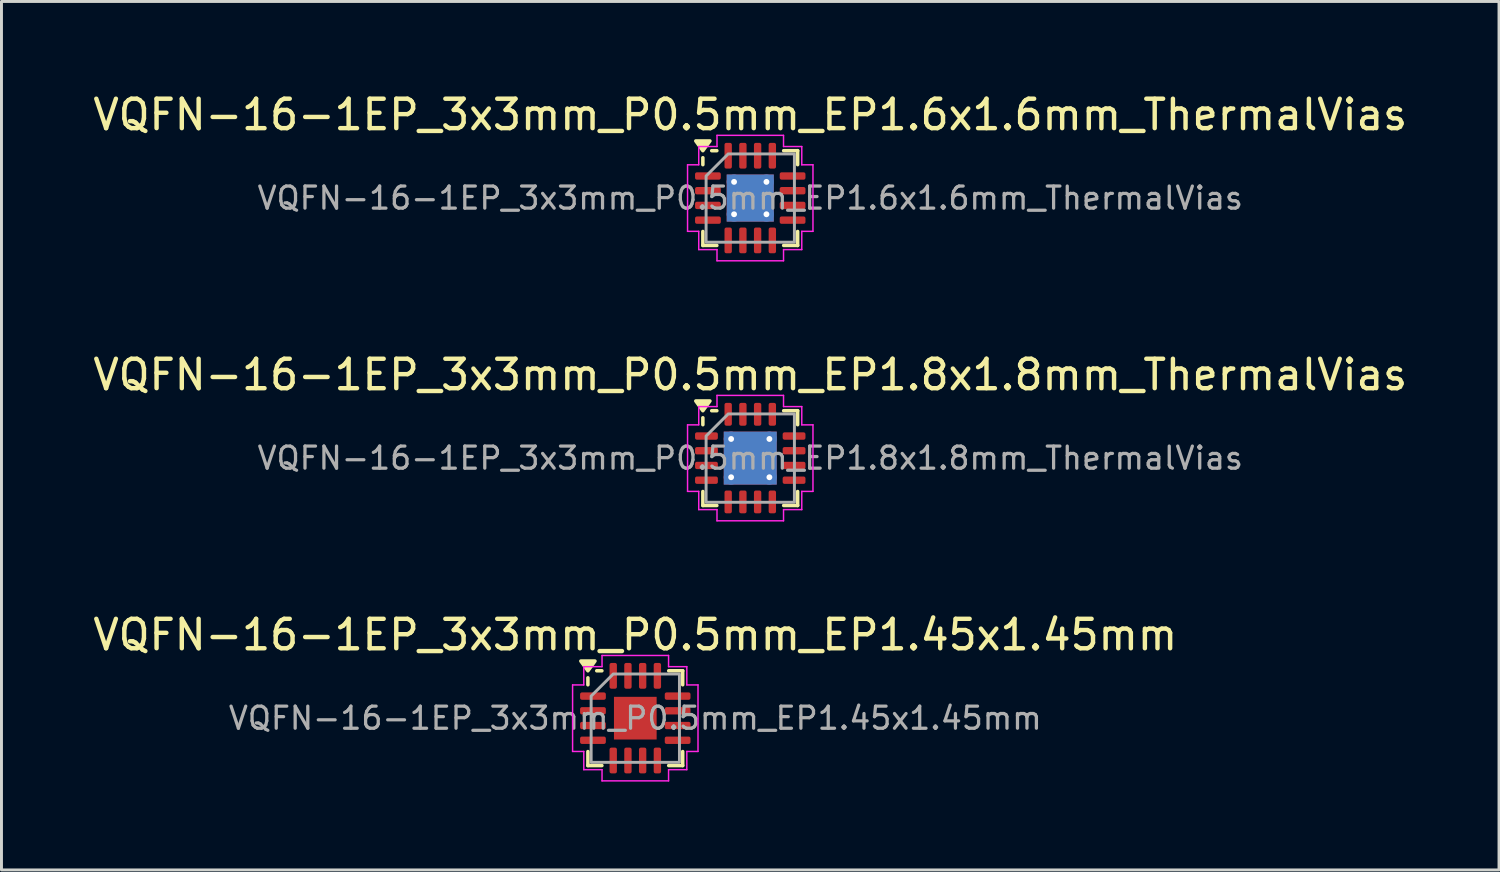
<source format=kicad_pcb>
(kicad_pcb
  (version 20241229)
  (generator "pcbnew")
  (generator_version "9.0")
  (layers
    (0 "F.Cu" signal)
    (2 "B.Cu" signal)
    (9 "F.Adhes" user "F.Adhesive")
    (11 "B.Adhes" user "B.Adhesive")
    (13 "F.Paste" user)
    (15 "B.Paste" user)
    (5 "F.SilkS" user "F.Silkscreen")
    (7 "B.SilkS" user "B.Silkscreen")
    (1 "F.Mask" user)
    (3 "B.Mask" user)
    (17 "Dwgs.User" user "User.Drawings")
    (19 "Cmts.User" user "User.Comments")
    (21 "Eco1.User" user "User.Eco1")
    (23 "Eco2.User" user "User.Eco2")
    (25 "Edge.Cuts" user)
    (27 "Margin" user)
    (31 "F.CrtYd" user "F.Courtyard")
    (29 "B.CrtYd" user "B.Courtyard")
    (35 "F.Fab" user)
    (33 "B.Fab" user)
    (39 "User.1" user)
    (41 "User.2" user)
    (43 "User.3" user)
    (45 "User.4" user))
  (footprint "VQFN-16-1EP_3x3mm_P0.5mm_EP1.6x1.6mm_ThermalVias"
    (layer "F.Cu")
    (at 22.435 3.678)
    (property "Reference" "VQFN-16-1EP_3x3mm_P0.5mm_EP1.6x1.6mm_ThermalVias" (at 0 -2.83 0) (layer "F.SilkS") (effects (font (size 1 1) (thickness 0.15))))
    (attr smd)
    (fp_line (start -1.61 -1.135) (end -1.61 -1.37) (stroke (width 0.12) (type solid)) (layer "F.SilkS"))
    (fp_line (start -1.61 1.61) (end -1.61 1.135) (stroke (width 0.12) (type solid)) (layer "F.SilkS"))
    (fp_line (start -1.135 -1.61) (end -1.31 -1.61) (stroke (width 0.12) (type solid)) (layer "F.SilkS"))
    (fp_line (start -1.135 1.61) (end -1.61 1.61) (stroke (width 0.12) (type solid)) (layer "F.SilkS"))
    (fp_line (start 1.135 -1.61) (end 1.61 -1.61) (stroke (width 0.12) (type solid)) (layer "F.SilkS"))
    (fp_line (start 1.135 1.61) (end 1.61 1.61) (stroke (width 0.12) (type solid)) (layer "F.SilkS"))
    (fp_line (start 1.61 -1.61) (end 1.61 -1.135) (stroke (width 0.12) (type solid)) (layer "F.SilkS"))
    (fp_line (start 1.61 1.61) (end 1.61 1.135) (stroke (width 0.12) (type solid)) (layer "F.SilkS"))
    (fp_poly (pts (xy -1.61 -1.61) (xy -1.85 -1.94) (xy -1.37 -1.94)) (stroke (width 0.12) (type solid)) (fill yes) (layer "F.SilkS"))
    (fp_line (start -2.13 -1.13) (end -1.75 -1.13) (stroke (width 0.05) (type solid)) (layer "F.CrtYd"))
    (fp_line (start -2.13 1.13) (end -2.13 -1.13) (stroke (width 0.05) (type solid)) (layer "F.CrtYd"))
    (fp_line (start -1.75 -1.75) (end -1.13 -1.75) (stroke (width 0.05) (type solid)) (layer "F.CrtYd"))
    (fp_line (start -1.75 -1.13) (end -1.75 -1.75) (stroke (width 0.05) (type solid)) (layer "F.CrtYd"))
    (fp_line (start -1.75 1.13) (end -2.13 1.13) (stroke (width 0.05) (type solid)) (layer "F.CrtYd"))
    (fp_line (start -1.75 1.75) (end -1.75 1.13) (stroke (width 0.05) (type solid)) (layer "F.CrtYd"))
    (fp_line (start -1.13 -2.13) (end 1.13 -2.13) (stroke (width 0.05) (type solid)) (layer "F.CrtYd"))
    (fp_line (start -1.13 -1.75) (end -1.13 -2.13) (stroke (width 0.05) (type solid)) (layer "F.CrtYd"))
    (fp_line (start -1.13 1.75) (end -1.75 1.75) (stroke (width 0.05) (type solid)) (layer "F.CrtYd"))
    (fp_line (start -1.13 2.13) (end -1.13 1.75) (stroke (width 0.05) (type solid)) (layer "F.CrtYd"))
    (fp_line (start 1.13 -2.13) (end 1.13 -1.75) (stroke (width 0.05) (type solid)) (layer "F.CrtYd"))
    (fp_line (start 1.13 -1.75) (end 1.75 -1.75) (stroke (width 0.05) (type solid)) (layer "F.CrtYd"))
    (fp_line (start 1.13 1.75) (end 1.13 2.13) (stroke (width 0.05) (type solid)) (layer "F.CrtYd"))
    (fp_line (start 1.13 2.13) (end -1.13 2.13) (stroke (width 0.05) (type solid)) (layer "F.CrtYd"))
    (fp_line (start 1.75 -1.75) (end 1.75 -1.13) (stroke (width 0.05) (type solid)) (layer "F.CrtYd"))
    (fp_line (start 1.75 -1.13) (end 2.13 -1.13) (stroke (width 0.05) (type solid)) (layer "F.CrtYd"))
    (fp_line (start 1.75 1.13) (end 1.75 1.75) (stroke (width 0.05) (type solid)) (layer "F.CrtYd"))
    (fp_line (start 1.75 1.75) (end 1.13 1.75) (stroke (width 0.05) (type solid)) (layer "F.CrtYd"))
    (fp_line (start 2.13 -1.13) (end 2.13 1.13) (stroke (width 0.05) (type solid)) (layer "F.CrtYd"))
    (fp_line (start 2.13 1.13) (end 1.75 1.13) (stroke (width 0.05) (type solid)) (layer "F.CrtYd"))
    (fp_poly (pts (xy -1.5 -0.75) (xy -1.5 1.5) (xy 1.5 1.5) (xy 1.5 -1.5) (xy -0.75 -1.5)) (stroke (width 0.1) (type solid)) (fill no) (layer "F.Fab"))
    (fp_text user "${REFERENCE}" (at 0 0 0) (layer "F.Fab") (effects (font (size 0.75 0.75) (thickness 0.11))))
    (pad "" smd roundrect (at -0.4 -0.4) (size 0.69 0.69) (layers "F.Paste") (roundrect_rratio 0.25))
    (pad "" smd roundrect (at -0.4 0.4) (size 0.69 0.69) (layers "F.Paste") (roundrect_rratio 0.25))
    (pad "" smd roundrect (at 0.4 -0.4) (size 0.69 0.69) (layers "F.Paste") (roundrect_rratio 0.25))
    (pad "" smd roundrect (at 0.4 0.4) (size 0.69 0.69) (layers "F.Paste") (roundrect_rratio 0.25))
    (pad "1" smd roundrect (at -1.438 -0.75) (size 0.875 0.25) (layers "F.Cu" "F.Mask" "F.Paste") (roundrect_rratio 0.25))
    (pad "2" smd roundrect (at -1.438 -0.25) (size 0.875 0.25) (layers "F.Cu" "F.Mask" "F.Paste") (roundrect_rratio 0.25))
    (pad "3" smd roundrect (at -1.438 0.25) (size 0.875 0.25) (layers "F.Cu" "F.Mask" "F.Paste") (roundrect_rratio 0.25))
    (pad "4" smd roundrect (at -1.438 0.75) (size 0.875 0.25) (layers "F.Cu" "F.Mask" "F.Paste") (roundrect_rratio 0.25))
    (pad "5" smd roundrect (at -0.75 1.438) (size 0.25 0.875) (layers "F.Cu" "F.Mask" "F.Paste") (roundrect_rratio 0.25))
    (pad "6" smd roundrect (at -0.25 1.438) (size 0.25 0.875) (layers "F.Cu" "F.Mask" "F.Paste") (roundrect_rratio 0.25))
    (pad "7" smd roundrect (at 0.25 1.438) (size 0.25 0.875) (layers "F.Cu" "F.Mask" "F.Paste") (roundrect_rratio 0.25))
    (pad "8" smd roundrect (at 0.75 1.438) (size 0.25 0.875) (layers "F.Cu" "F.Mask" "F.Paste") (roundrect_rratio 0.25))
    (pad "9" smd roundrect (at 1.438 0.75) (size 0.875 0.25) (layers "F.Cu" "F.Mask" "F.Paste") (roundrect_rratio 0.25))
    (pad "10" smd roundrect (at 1.438 0.25) (size 0.875 0.25) (layers "F.Cu" "F.Mask" "F.Paste") (roundrect_rratio 0.25))
    (pad "11" smd roundrect (at 1.438 -0.25) (size 0.875 0.25) (layers "F.Cu" "F.Mask" "F.Paste") (roundrect_rratio 0.25))
    (pad "12" smd roundrect (at 1.438 -0.75) (size 0.875 0.25) (layers "F.Cu" "F.Mask" "F.Paste") (roundrect_rratio 0.25))
    (pad "13" smd roundrect (at 0.75 -1.438) (size 0.25 0.875) (layers "F.Cu" "F.Mask" "F.Paste") (roundrect_rratio 0.25))
    (pad "14" smd roundrect (at 0.25 -1.438) (size 0.25 0.875) (layers "F.Cu" "F.Mask" "F.Paste") (roundrect_rratio 0.25))
    (pad "15" smd roundrect (at -0.25 -1.438) (size 0.25 0.875) (layers "F.Cu" "F.Mask" "F.Paste") (roundrect_rratio 0.25))
    (pad "16" smd roundrect (at -0.75 -1.438) (size 0.25 0.875) (layers "F.Cu" "F.Mask" "F.Paste") (roundrect_rratio 0.25))
    (pad "17" thru_hole circle (at -0.55 -0.55) (size 0.5 0.5) (drill 0.2) (property pad_prop_heatsink) (layers "*.Cu"))
    (pad "17" thru_hole circle (at -0.55 0.55) (size 0.5 0.5) (drill 0.2) (property pad_prop_heatsink) (layers "*.Cu"))
    (pad "17" smd rect (at 0 0) (size 1.6 1.6) (property pad_prop_heatsink) (layers "F.Cu" "F.Mask"))
    (pad "17" smd rect (at 0 0) (size 1.6 1.6) (property pad_prop_heatsink) (layers "B.Cu"))
    (pad "17" thru_hole circle (at 0.55 -0.55) (size 0.5 0.5) (drill 0.2) (property pad_prop_heatsink) (layers "*.Cu"))
    (pad "17" thru_hole circle (at 0.55 0.55) (size 0.5 0.5) (drill 0.2) (property pad_prop_heatsink) (layers "*.Cu")))
  (footprint "VQFN-16-1EP_3x3mm_P0.5mm_EP1.8x1.8mm_ThermalVias"
    (layer "F.Cu")
    (at 22.435 12.511)
    (property "Reference" "VQFN-16-1EP_3x3mm_P0.5mm_EP1.8x1.8mm_ThermalVias" (at 0 -2.83 0) (layer "F.SilkS") (effects (font (size 1 1) (thickness 0.15))))
    (attr smd)
    (fp_line (start -1.61 -1.135) (end -1.61 -1.37) (stroke (width 0.12) (type solid)) (layer "F.SilkS"))
    (fp_line (start -1.61 1.61) (end -1.61 1.135) (stroke (width 0.12) (type solid)) (layer "F.SilkS"))
    (fp_line (start -1.135 -1.61) (end -1.31 -1.61) (stroke (width 0.12) (type solid)) (layer "F.SilkS"))
    (fp_line (start -1.135 1.61) (end -1.61 1.61) (stroke (width 0.12) (type solid)) (layer "F.SilkS"))
    (fp_line (start 1.135 -1.61) (end 1.61 -1.61) (stroke (width 0.12) (type solid)) (layer "F.SilkS"))
    (fp_line (start 1.135 1.61) (end 1.61 1.61) (stroke (width 0.12) (type solid)) (layer "F.SilkS"))
    (fp_line (start 1.61 -1.61) (end 1.61 -1.135) (stroke (width 0.12) (type solid)) (layer "F.SilkS"))
    (fp_line (start 1.61 1.61) (end 1.61 1.135) (stroke (width 0.12) (type solid)) (layer "F.SilkS"))
    (fp_poly (pts (xy -1.61 -1.61) (xy -1.85 -1.94) (xy -1.37 -1.94)) (stroke (width 0.12) (type solid)) (fill yes) (layer "F.SilkS"))
    (fp_line (start -2.13 -1.13) (end -1.75 -1.13) (stroke (width 0.05) (type solid)) (layer "F.CrtYd"))
    (fp_line (start -2.13 1.13) (end -2.13 -1.13) (stroke (width 0.05) (type solid)) (layer "F.CrtYd"))
    (fp_line (start -1.75 -1.75) (end -1.13 -1.75) (stroke (width 0.05) (type solid)) (layer "F.CrtYd"))
    (fp_line (start -1.75 -1.13) (end -1.75 -1.75) (stroke (width 0.05) (type solid)) (layer "F.CrtYd"))
    (fp_line (start -1.75 1.13) (end -2.13 1.13) (stroke (width 0.05) (type solid)) (layer "F.CrtYd"))
    (fp_line (start -1.75 1.75) (end -1.75 1.13) (stroke (width 0.05) (type solid)) (layer "F.CrtYd"))
    (fp_line (start -1.13 -2.13) (end 1.13 -2.13) (stroke (width 0.05) (type solid)) (layer "F.CrtYd"))
    (fp_line (start -1.13 -1.75) (end -1.13 -2.13) (stroke (width 0.05) (type solid)) (layer "F.CrtYd"))
    (fp_line (start -1.13 1.75) (end -1.75 1.75) (stroke (width 0.05) (type solid)) (layer "F.CrtYd"))
    (fp_line (start -1.13 2.13) (end -1.13 1.75) (stroke (width 0.05) (type solid)) (layer "F.CrtYd"))
    (fp_line (start 1.13 -2.13) (end 1.13 -1.75) (stroke (width 0.05) (type solid)) (layer "F.CrtYd"))
    (fp_line (start 1.13 -1.75) (end 1.75 -1.75) (stroke (width 0.05) (type solid)) (layer "F.CrtYd"))
    (fp_line (start 1.13 1.75) (end 1.13 2.13) (stroke (width 0.05) (type solid)) (layer "F.CrtYd"))
    (fp_line (start 1.13 2.13) (end -1.13 2.13) (stroke (width 0.05) (type solid)) (layer "F.CrtYd"))
    (fp_line (start 1.75 -1.75) (end 1.75 -1.13) (stroke (width 0.05) (type solid)) (layer "F.CrtYd"))
    (fp_line (start 1.75 -1.13) (end 2.13 -1.13) (stroke (width 0.05) (type solid)) (layer "F.CrtYd"))
    (fp_line (start 1.75 1.13) (end 1.75 1.75) (stroke (width 0.05) (type solid)) (layer "F.CrtYd"))
    (fp_line (start 1.75 1.75) (end 1.13 1.75) (stroke (width 0.05) (type solid)) (layer "F.CrtYd"))
    (fp_line (start 2.13 -1.13) (end 2.13 1.13) (stroke (width 0.05) (type solid)) (layer "F.CrtYd"))
    (fp_line (start 2.13 1.13) (end 1.75 1.13) (stroke (width 0.05) (type solid)) (layer "F.CrtYd"))
    (fp_poly (pts (xy -1.5 -0.75) (xy -1.5 1.5) (xy 1.5 1.5) (xy 1.5 -1.5) (xy -0.75 -1.5)) (stroke (width 0.1) (type solid)) (fill no) (layer "F.Fab"))
    (fp_text user "${REFERENCE}" (at 0 0 0) (layer "F.Fab") (effects (font (size 0.75 0.75) (thickness 0.11))))
    (pad "" smd roundrect (at -0.45 -0.45) (size 0.78 0.78) (layers "F.Paste") (roundrect_rratio 0.25))
    (pad "" smd roundrect (at -0.45 0.45) (size 0.78 0.78) (layers "F.Paste") (roundrect_rratio 0.25))
    (pad "" smd roundrect (at 0.45 -0.45) (size 0.78 0.78) (layers "F.Paste") (roundrect_rratio 0.25))
    (pad "" smd roundrect (at 0.45 0.45) (size 0.78 0.78) (layers "F.Paste") (roundrect_rratio 0.25))
    (pad "1" smd roundrect (at -1.488 -0.75) (size 0.775 0.25) (layers "F.Cu" "F.Mask" "F.Paste") (roundrect_rratio 0.25))
    (pad "2" smd roundrect (at -1.488 -0.25) (size 0.775 0.25) (layers "F.Cu" "F.Mask" "F.Paste") (roundrect_rratio 0.25))
    (pad "3" smd roundrect (at -1.488 0.25) (size 0.775 0.25) (layers "F.Cu" "F.Mask" "F.Paste") (roundrect_rratio 0.25))
    (pad "4" smd roundrect (at -1.488 0.75) (size 0.775 0.25) (layers "F.Cu" "F.Mask" "F.Paste") (roundrect_rratio 0.25))
    (pad "5" smd roundrect (at -0.75 1.488) (size 0.25 0.775) (layers "F.Cu" "F.Mask" "F.Paste") (roundrect_rratio 0.25))
    (pad "6" smd roundrect (at -0.25 1.488) (size 0.25 0.775) (layers "F.Cu" "F.Mask" "F.Paste") (roundrect_rratio 0.25))
    (pad "7" smd roundrect (at 0.25 1.488) (size 0.25 0.775) (layers "F.Cu" "F.Mask" "F.Paste") (roundrect_rratio 0.25))
    (pad "8" smd roundrect (at 0.75 1.488) (size 0.25 0.775) (layers "F.Cu" "F.Mask" "F.Paste") (roundrect_rratio 0.25))
    (pad "9" smd roundrect (at 1.488 0.75) (size 0.775 0.25) (layers "F.Cu" "F.Mask" "F.Paste") (roundrect_rratio 0.25))
    (pad "10" smd roundrect (at 1.488 0.25) (size 0.775 0.25) (layers "F.Cu" "F.Mask" "F.Paste") (roundrect_rratio 0.25))
    (pad "11" smd roundrect (at 1.488 -0.25) (size 0.775 0.25) (layers "F.Cu" "F.Mask" "F.Paste") (roundrect_rratio 0.25))
    (pad "12" smd roundrect (at 1.488 -0.75) (size 0.775 0.25) (layers "F.Cu" "F.Mask" "F.Paste") (roundrect_rratio 0.25))
    (pad "13" smd roundrect (at 0.75 -1.488) (size 0.25 0.775) (layers "F.Cu" "F.Mask" "F.Paste") (roundrect_rratio 0.25))
    (pad "14" smd roundrect (at 0.25 -1.488) (size 0.25 0.775) (layers "F.Cu" "F.Mask" "F.Paste") (roundrect_rratio 0.25))
    (pad "15" smd roundrect (at -0.25 -1.488) (size 0.25 0.775) (layers "F.Cu" "F.Mask" "F.Paste") (roundrect_rratio 0.25))
    (pad "16" smd roundrect (at -0.75 -1.488) (size 0.25 0.775) (layers "F.Cu" "F.Mask" "F.Paste") (roundrect_rratio 0.25))
    (pad "17" thru_hole circle (at -0.65 -0.65) (size 0.5 0.5) (drill 0.2) (property pad_prop_heatsink) (layers "*.Cu"))
    (pad "17" thru_hole circle (at -0.65 0.65) (size 0.5 0.5) (drill 0.2) (property pad_prop_heatsink) (layers "*.Cu"))
    (pad "17" smd rect (at 0 0) (size 1.8 1.8) (property pad_prop_heatsink) (layers "F.Cu" "F.Mask"))
    (pad "17" smd rect (at 0 0) (size 1.8 1.8) (property pad_prop_heatsink) (layers "B.Cu"))
    (pad "17" thru_hole circle (at 0.65 -0.65) (size 0.5 0.5) (drill 0.2) (property pad_prop_heatsink) (layers "*.Cu"))
    (pad "17" thru_hole circle (at 0.65 0.65) (size 0.5 0.5) (drill 0.2) (property pad_prop_heatsink) (layers "*.Cu")))
  (footprint "VQFN-16-1EP_3x3mm_P0.5mm_EP1.45x1.45mm"
    (layer "F.Cu")
    (at 18.53 21.345)
    (property "Reference" "VQFN-16-1EP_3x3mm_P0.5mm_EP1.45x1.45mm" (at 0 -2.83 0) (layer "F.SilkS") (effects (font (size 1 1) (thickness 0.15))))
    (attr smd)
    (fp_line (start -1.61 -1.135) (end -1.61 -1.37) (stroke (width 0.12) (type solid)) (layer "F.SilkS"))
    (fp_line (start -1.61 1.61) (end -1.61 1.135) (stroke (width 0.12) (type solid)) (layer "F.SilkS"))
    (fp_line (start -1.135 -1.61) (end -1.31 -1.61) (stroke (width 0.12) (type solid)) (layer "F.SilkS"))
    (fp_line (start -1.135 1.61) (end -1.61 1.61) (stroke (width 0.12) (type solid)) (layer "F.SilkS"))
    (fp_line (start 1.135 -1.61) (end 1.61 -1.61) (stroke (width 0.12) (type solid)) (layer "F.SilkS"))
    (fp_line (start 1.135 1.61) (end 1.61 1.61) (stroke (width 0.12) (type solid)) (layer "F.SilkS"))
    (fp_line (start 1.61 -1.61) (end 1.61 -1.135) (stroke (width 0.12) (type solid)) (layer "F.SilkS"))
    (fp_line (start 1.61 1.61) (end 1.61 1.135) (stroke (width 0.12) (type solid)) (layer "F.SilkS"))
    (fp_poly (pts (xy -1.61 -1.61) (xy -1.85 -1.94) (xy -1.37 -1.94)) (stroke (width 0.12) (type solid)) (fill yes) (layer "F.SilkS"))
    (fp_line (start -2.13 -1.13) (end -1.75 -1.13) (stroke (width 0.05) (type solid)) (layer "F.CrtYd"))
    (fp_line (start -2.13 1.13) (end -2.13 -1.13) (stroke (width 0.05) (type solid)) (layer "F.CrtYd"))
    (fp_line (start -1.75 -1.75) (end -1.13 -1.75) (stroke (width 0.05) (type solid)) (layer "F.CrtYd"))
    (fp_line (start -1.75 -1.13) (end -1.75 -1.75) (stroke (width 0.05) (type solid)) (layer "F.CrtYd"))
    (fp_line (start -1.75 1.13) (end -2.13 1.13) (stroke (width 0.05) (type solid)) (layer "F.CrtYd"))
    (fp_line (start -1.75 1.75) (end -1.75 1.13) (stroke (width 0.05) (type solid)) (layer "F.CrtYd"))
    (fp_line (start -1.13 -2.13) (end 1.13 -2.13) (stroke (width 0.05) (type solid)) (layer "F.CrtYd"))
    (fp_line (start -1.13 -1.75) (end -1.13 -2.13) (stroke (width 0.05) (type solid)) (layer "F.CrtYd"))
    (fp_line (start -1.13 1.75) (end -1.75 1.75) (stroke (width 0.05) (type solid)) (layer "F.CrtYd"))
    (fp_line (start -1.13 2.13) (end -1.13 1.75) (stroke (width 0.05) (type solid)) (layer "F.CrtYd"))
    (fp_line (start 1.13 -2.13) (end 1.13 -1.75) (stroke (width 0.05) (type solid)) (layer "F.CrtYd"))
    (fp_line (start 1.13 -1.75) (end 1.75 -1.75) (stroke (width 0.05) (type solid)) (layer "F.CrtYd"))
    (fp_line (start 1.13 1.75) (end 1.13 2.13) (stroke (width 0.05) (type solid)) (layer "F.CrtYd"))
    (fp_line (start 1.13 2.13) (end -1.13 2.13) (stroke (width 0.05) (type solid)) (layer "F.CrtYd"))
    (fp_line (start 1.75 -1.75) (end 1.75 -1.13) (stroke (width 0.05) (type solid)) (layer "F.CrtYd"))
    (fp_line (start 1.75 -1.13) (end 2.13 -1.13) (stroke (width 0.05) (type solid)) (layer "F.CrtYd"))
    (fp_line (start 1.75 1.13) (end 1.75 1.75) (stroke (width 0.05) (type solid)) (layer "F.CrtYd"))
    (fp_line (start 1.75 1.75) (end 1.13 1.75) (stroke (width 0.05) (type solid)) (layer "F.CrtYd"))
    (fp_line (start 2.13 -1.13) (end 2.13 1.13) (stroke (width 0.05) (type solid)) (layer "F.CrtYd"))
    (fp_line (start 2.13 1.13) (end 1.75 1.13) (stroke (width 0.05) (type solid)) (layer "F.CrtYd"))
    (fp_poly (pts (xy -1.5 -0.75) (xy -1.5 1.5) (xy 1.5 1.5) (xy 1.5 -1.5) (xy -0.75 -1.5)) (stroke (width 0.1) (type solid)) (fill no) (layer "F.Fab"))
    (fp_text user "${REFERENCE}" (at 0 0 0) (layer "F.Fab") (effects (font (size 0.75 0.75) (thickness 0.11))))
    (pad "" smd roundrect (at -0.36 -0.36) (size 0.58 0.58) (layers "F.Paste") (roundrect_rratio 0.25))
    (pad "" smd roundrect (at -0.36 0.36) (size 0.58 0.58) (layers "F.Paste") (roundrect_rratio 0.25))
    (pad "" smd roundrect (at 0.36 -0.36) (size 0.58 0.58) (layers "F.Paste") (roundrect_rratio 0.25))
    (pad "" smd roundrect (at 0.36 0.36) (size 0.58 0.58) (layers "F.Paste") (roundrect_rratio 0.25))
    (pad "1" smd roundrect (at -1.438 -0.75) (size 0.875 0.25) (layers "F.Cu" "F.Mask" "F.Paste") (roundrect_rratio 0.25))
    (pad "2" smd roundrect (at -1.438 -0.25) (size 0.875 0.25) (layers "F.Cu" "F.Mask" "F.Paste") (roundrect_rratio 0.25))
    (pad "3" smd roundrect (at -1.438 0.25) (size 0.875 0.25) (layers "F.Cu" "F.Mask" "F.Paste") (roundrect_rratio 0.25))
    (pad "4" smd roundrect (at -1.438 0.75) (size 0.875 0.25) (layers "F.Cu" "F.Mask" "F.Paste") (roundrect_rratio 0.25))
    (pad "5" smd roundrect (at -0.75 1.438) (size 0.25 0.875) (layers "F.Cu" "F.Mask" "F.Paste") (roundrect_rratio 0.25))
    (pad "6" smd roundrect (at -0.25 1.438) (size 0.25 0.875) (layers "F.Cu" "F.Mask" "F.Paste") (roundrect_rratio 0.25))
    (pad "7" smd roundrect (at 0.25 1.438) (size 0.25 0.875) (layers "F.Cu" "F.Mask" "F.Paste") (roundrect_rratio 0.25))
    (pad "8" smd roundrect (at 0.75 1.438) (size 0.25 0.875) (layers "F.Cu" "F.Mask" "F.Paste") (roundrect_rratio 0.25))
    (pad "9" smd roundrect (at 1.438 0.75) (size 0.875 0.25) (layers "F.Cu" "F.Mask" "F.Paste") (roundrect_rratio 0.25))
    (pad "10" smd roundrect (at 1.438 0.25) (size 0.875 0.25) (layers "F.Cu" "F.Mask" "F.Paste") (roundrect_rratio 0.25))
    (pad "11" smd roundrect (at 1.438 -0.25) (size 0.875 0.25) (layers "F.Cu" "F.Mask" "F.Paste") (roundrect_rratio 0.25))
    (pad "12" smd roundrect (at 1.438 -0.75) (size 0.875 0.25) (layers "F.Cu" "F.Mask" "F.Paste") (roundrect_rratio 0.25))
    (pad "13" smd roundrect (at 0.75 -1.438) (size 0.25 0.875) (layers "F.Cu" "F.Mask" "F.Paste") (roundrect_rratio 0.25))
    (pad "14" smd roundrect (at 0.25 -1.438) (size 0.25 0.875) (layers "F.Cu" "F.Mask" "F.Paste") (roundrect_rratio 0.25))
    (pad "15" smd roundrect (at -0.25 -1.438) (size 0.25 0.875) (layers "F.Cu" "F.Mask" "F.Paste") (roundrect_rratio 0.25))
    (pad "16" smd roundrect (at -0.75 -1.438) (size 0.25 0.875) (layers "F.Cu" "F.Mask" "F.Paste") (roundrect_rratio 0.25))
    (pad "17" smd rect (at 0 0) (size 1.45 1.45) (property pad_prop_heatsink) (layers "F.Cu" "F.Mask")))
  (gr_rect
    (start -3 -3)
    (end 47.869 26.5)
    (stroke (width 0.1) (type default))
    (fill no)
    (layer "Edge.Cuts")))
</source>
